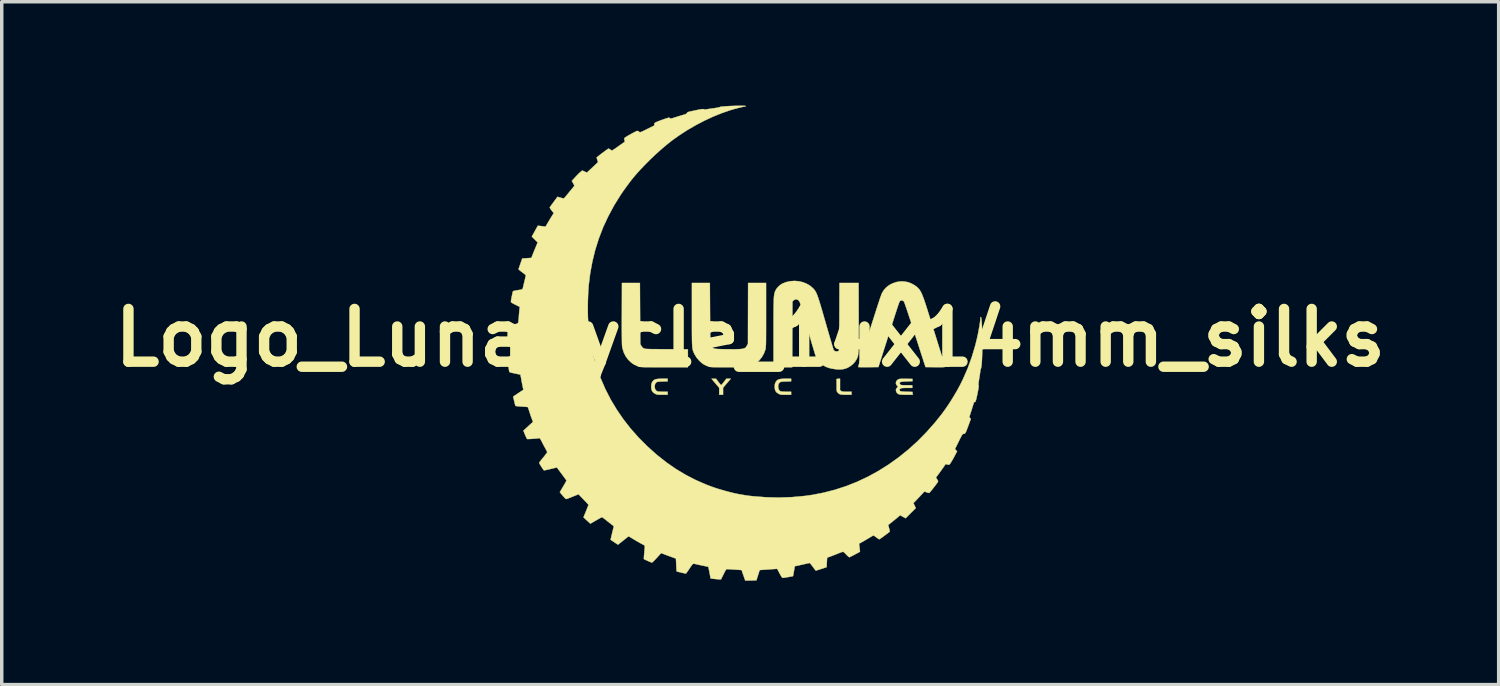
<source format=kicad_pcb>
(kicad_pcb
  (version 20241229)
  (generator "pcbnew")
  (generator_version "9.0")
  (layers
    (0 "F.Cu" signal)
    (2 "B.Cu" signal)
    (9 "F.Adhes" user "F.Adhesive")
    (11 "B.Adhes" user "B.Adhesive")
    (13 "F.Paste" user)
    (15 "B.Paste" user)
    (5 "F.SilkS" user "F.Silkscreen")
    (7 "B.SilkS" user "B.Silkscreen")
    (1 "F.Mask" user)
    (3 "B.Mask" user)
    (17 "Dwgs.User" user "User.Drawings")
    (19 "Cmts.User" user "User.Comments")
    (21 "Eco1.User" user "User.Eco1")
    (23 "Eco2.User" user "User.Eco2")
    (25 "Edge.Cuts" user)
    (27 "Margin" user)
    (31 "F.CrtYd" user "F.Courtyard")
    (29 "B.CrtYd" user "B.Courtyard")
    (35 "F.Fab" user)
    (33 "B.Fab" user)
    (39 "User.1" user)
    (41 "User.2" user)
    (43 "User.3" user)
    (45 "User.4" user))
  (footprint "Logo_LunaCycle_14x14mm_silks"
    (layer "F.Cu")
    (at 18.622 6.709)
    (property "Reference" "Logo_LunaCycle_14x14mm_silks" (at 0 0 0) (layer "F.SilkS") (effects (font (size 1.524 1.524) (thickness 0.3))))
    (attr through_hole)
    (fp_poly (pts (xy -0.609 1.237) (xy -0.64 1.274) (xy -0.678 1.318) (xy -0.715 1.361) (xy -0.72 1.367) (xy -0.784 1.441) (xy -0.784 1.543) (xy -0.784 1.645) (xy -0.895 1.645) (xy -0.895 1.444) (xy -0.975 1.35) (xy -1.011 1.308) (xy -1.045 1.267) (xy -1.073 1.235) (xy -1.086 1.219) (xy -1.117 1.182) (xy -0.988 1.183) (xy -0.917 1.276) (xy -0.887 1.314) (xy -0.862 1.344) (xy -0.845 1.364) (xy -0.839 1.369) (xy -0.831 1.36) (xy -0.812 1.338) (xy -0.785 1.306) (xy -0.762 1.276) (xy -0.69 1.183) (xy -0.626 1.182) (xy -0.561 1.182) (xy -0.609 1.237)) (stroke (width 0.01) (type solid)) (fill yes) (layer "F.SilkS"))
    (fp_poly (pts (xy 2.595 1.511) (xy 2.624 1.534) (xy 2.639 1.544) (xy 2.656 1.551) (xy 2.681 1.554) (xy 2.718 1.556) (xy 2.771 1.557) (xy 2.79 1.557) (xy 2.927 1.557) (xy 2.927 1.645) (xy 2.775 1.645) (xy 2.695 1.643) (xy 2.636 1.639) (xy 2.598 1.632) (xy 2.588 1.629) (xy 2.558 1.61) (xy 2.528 1.583) (xy 2.525 1.579) (xy 2.514 1.565) (xy 2.506 1.552) (xy 2.501 1.534) (xy 2.498 1.509) (xy 2.496 1.473) (xy 2.496 1.421) (xy 2.496 1.374) (xy 2.496 1.315) (xy 2.495 1.263) (xy 2.494 1.224) (xy 2.494 1.2) (xy 2.493 1.195) (xy 2.501 1.19) (xy 2.525 1.185) (xy 2.543 1.184) (xy 2.595 1.18) (xy 2.595 1.511)) (stroke (width 0.01) (type solid)) (fill yes) (layer "F.SilkS"))
    (fp_poly (pts (xy 1.182 1.257) (xy 1.035 1.261) (xy 0.972 1.263) (xy 0.926 1.266) (xy 0.894 1.271) (xy 0.873 1.278) (xy 0.859 1.285) (xy 0.83 1.316) (xy 0.812 1.36) (xy 0.807 1.408) (xy 0.813 1.457) (xy 0.829 1.501) (xy 0.857 1.534) (xy 0.879 1.546) (xy 0.9 1.551) (xy 0.939 1.554) (xy 0.989 1.556) (xy 1.044 1.557) (xy 1.182 1.557) (xy 1.182 1.645) (xy 1.03 1.645) (xy 0.968 1.645) (xy 0.923 1.644) (xy 0.891 1.641) (xy 0.866 1.635) (xy 0.843 1.627) (xy 0.818 1.615) (xy 0.767 1.581) (xy 0.732 1.538) (xy 0.713 1.483) (xy 0.707 1.413) (xy 0.707 1.411) (xy 0.711 1.35) (xy 0.724 1.303) (xy 0.728 1.294) (xy 0.751 1.256) (xy 0.777 1.227) (xy 0.811 1.206) (xy 0.855 1.193) (xy 0.913 1.185) (xy 0.987 1.182) (xy 1.027 1.182) (xy 1.182 1.182) (xy 1.182 1.257)) (stroke (width 0.01) (type solid)) (fill yes) (layer "F.SilkS"))
    (fp_poly (pts (xy -2.385 1.257) (xy -2.532 1.261) (xy -2.595 1.263) (xy -2.641 1.266) (xy -2.673 1.271) (xy -2.695 1.278) (xy -2.708 1.285) (xy -2.738 1.317) (xy -2.755 1.361) (xy -2.76 1.411) (xy -2.753 1.461) (xy -2.734 1.504) (xy -2.703 1.536) (xy -2.696 1.54) (xy -2.674 1.548) (xy -2.641 1.553) (xy -2.595 1.556) (xy -2.531 1.557) (xy -2.524 1.557) (xy -2.385 1.557) (xy -2.385 1.645) (xy -2.537 1.645) (xy -2.599 1.645) (xy -2.644 1.644) (xy -2.676 1.641) (xy -2.701 1.635) (xy -2.724 1.627) (xy -2.749 1.615) (xy -2.8 1.581) (xy -2.835 1.538) (xy -2.854 1.483) (xy -2.86 1.413) (xy -2.86 1.411) (xy -2.856 1.35) (xy -2.844 1.303) (xy -2.839 1.294) (xy -2.816 1.256) (xy -2.79 1.227) (xy -2.756 1.206) (xy -2.712 1.193) (xy -2.655 1.185) (xy -2.58 1.182) (xy -2.54 1.182) (xy -2.385 1.182) (xy -2.385 1.257)) (stroke (width 0.01) (type solid)) (fill yes) (layer "F.SilkS"))
    (fp_poly (pts (xy -3.181 -0.701) (xy -3.175 0.182) (xy -3.147 0.232) (xy -3.109 0.281) (xy -3.076 0.304) (xy -3.065 0.308) (xy -3.054 0.312) (xy -3.039 0.316) (xy -3.02 0.319) (xy -2.993 0.321) (xy -2.958 0.323) (xy -2.913 0.324) (xy -2.856 0.326) (xy -2.784 0.327) (xy -2.696 0.327) (xy -2.591 0.328) (xy -2.466 0.329) (xy -2.416 0.329) (xy -1.8 0.332) (xy -1.8 0.85) (xy -2.482 0.85) (xy -2.622 0.85) (xy -2.741 0.85) (xy -2.842 0.85) (xy -2.926 0.849) (xy -2.995 0.849) (xy -3.051 0.848) (xy -3.096 0.846) (xy -3.132 0.845) (xy -3.159 0.842) (xy -3.181 0.84) (xy -3.198 0.836) (xy -3.214 0.832) (xy -3.228 0.828) (xy -3.236 0.825) (xy -3.346 0.776) (xy -3.444 0.709) (xy -3.529 0.627) (xy -3.6 0.529) (xy -3.654 0.42) (xy -3.691 0.299) (xy -3.699 0.254) (xy -3.702 0.226) (xy -3.704 0.177) (xy -3.706 0.106) (xy -3.707 0.013) (xy -3.708 -0.102) (xy -3.709 -0.239) (xy -3.709 -0.397) (xy -3.709 -0.578) (xy -3.708 -0.701) (xy -3.705 -1.585) (xy -3.186 -1.585) (xy -3.181 -0.701)) (stroke (width 0.01) (type solid)) (fill yes) (layer "F.SilkS"))
    (fp_poly (pts (xy 4.455 1.183) (xy 4.502 1.184) (xy 4.688 1.187) (xy 4.688 1.253) (xy 4.521 1.259) (xy 4.448 1.262) (xy 4.395 1.266) (xy 4.358 1.272) (xy 4.335 1.281) (xy 4.322 1.294) (xy 4.318 1.31) (xy 4.318 1.314) (xy 4.326 1.336) (xy 4.338 1.351) (xy 4.35 1.358) (xy 4.367 1.364) (xy 4.395 1.367) (xy 4.437 1.369) (xy 4.495 1.369) (xy 4.52 1.369) (xy 4.682 1.369) (xy 4.682 1.447) (xy 4.525 1.447) (xy 4.45 1.448) (xy 4.395 1.451) (xy 4.356 1.458) (xy 4.333 1.469) (xy 4.321 1.483) (xy 4.318 1.5) (xy 4.32 1.518) (xy 4.326 1.532) (xy 4.34 1.541) (xy 4.365 1.548) (xy 4.403 1.552) (xy 4.458 1.555) (xy 4.514 1.557) (xy 4.688 1.563) (xy 4.691 1.604) (xy 4.695 1.645) (xy 4.509 1.645) (xy 4.425 1.643) (xy 4.362 1.64) (xy 4.317 1.636) (xy 4.291 1.629) (xy 4.29 1.629) (xy 4.245 1.6) (xy 4.219 1.559) (xy 4.211 1.527) (xy 4.21 1.497) (xy 4.217 1.473) (xy 4.238 1.446) (xy 4.241 1.443) (xy 4.261 1.418) (xy 4.267 1.404) (xy 4.261 1.397) (xy 4.258 1.396) (xy 4.238 1.379) (xy 4.22 1.35) (xy 4.209 1.317) (xy 4.208 1.303) (xy 4.218 1.261) (xy 4.244 1.224) (xy 4.278 1.199) (xy 4.297 1.192) (xy 4.32 1.188) (xy 4.351 1.185) (xy 4.395 1.183) (xy 4.455 1.183)) (stroke (width 0.01) (type solid)) (fill yes) (layer "F.SilkS"))
    (fp_poly (pts (xy -1.16 -0.701) (xy -1.159 -0.538) (xy -1.158 -0.396) (xy -1.157 -0.273) (xy -1.156 -0.167) (xy -1.155 -0.078) (xy -1.153 -0.003) (xy -1.151 0.058) (xy -1.149 0.108) (xy -1.146 0.148) (xy -1.142 0.179) (xy -1.138 0.203) (xy -1.132 0.221) (xy -1.126 0.235) (xy -1.119 0.247) (xy -1.11 0.257) (xy -1.1 0.267) (xy -1.093 0.274) (xy -1.08 0.287) (xy -1.065 0.298) (xy -1.047 0.307) (xy -1.024 0.314) (xy -0.992 0.319) (xy -0.949 0.322) (xy -0.894 0.325) (xy -0.823 0.327) (xy -0.735 0.328) (xy -0.656 0.329) (xy -0.536 0.33) (xy -0.436 0.33) (xy -0.354 0.328) (xy -0.287 0.325) (xy -0.235 0.319) (xy -0.194 0.311) (xy -0.162 0.299) (xy -0.138 0.284) (xy -0.119 0.265) (xy -0.103 0.241) (xy -0.091 0.219) (xy -0.065 0.168) (xy -0.063 -0.708) (xy -0.061 -1.585) (xy 0.458 -1.585) (xy 0.458 -0.657) (xy 0.458 -0.492) (xy 0.458 -0.347) (xy 0.458 -0.221) (xy 0.458 -0.113) (xy 0.457 -0.021) (xy 0.457 0.057) (xy 0.456 0.121) (xy 0.455 0.174) (xy 0.453 0.217) (xy 0.451 0.251) (xy 0.449 0.278) (xy 0.447 0.3) (xy 0.444 0.317) (xy 0.441 0.332) (xy 0.438 0.342) (xy 0.395 0.457) (xy 0.334 0.562) (xy 0.258 0.654) (xy 0.169 0.732) (xy 0.069 0.793) (xy -0.032 0.833) (xy -0.049 0.837) (xy -0.07 0.84) (xy -0.096 0.843) (xy -0.13 0.845) (xy -0.175 0.847) (xy -0.231 0.848) (xy -0.301 0.849) (xy -0.387 0.85) (xy -0.492 0.85) (xy -0.616 0.85) (xy -0.618 0.85) (xy -0.739 0.85) (xy -0.84 0.85) (xy -0.924 0.85) (xy -0.991 0.849) (xy -1.045 0.848) (xy -1.088 0.847) (xy -1.121 0.845) (xy -1.147 0.842) (xy -1.167 0.839) (xy -1.185 0.834) (xy -1.201 0.829) (xy -1.217 0.824) (xy -1.294 0.793) (xy -1.359 0.756) (xy -1.42 0.71) (xy -1.474 0.658) (xy -1.548 0.573) (xy -1.599 0.49) (xy -1.613 0.462) (xy -1.626 0.437) (xy -1.637 0.413) (xy -1.647 0.389) (xy -1.655 0.363) (xy -1.662 0.334) (xy -1.668 0.301) (xy -1.673 0.26) (xy -1.676 0.212) (xy -1.679 0.155) (xy -1.681 0.086) (xy -1.682 0.005) (xy -1.683 -0.091) (xy -1.684 -0.202) (xy -1.684 -0.33) (xy -1.684 -0.477) (xy -1.684 -0.645) (xy -1.684 -1.585) (xy -1.165 -1.585) (xy -1.16 -0.701)) (stroke (width 0.01) (type solid)) (fill yes) (layer "F.SilkS"))
    (fp_poly (pts (xy 4.546 -1.61) (xy 4.564 -1.605) (xy 4.647 -1.574) (xy 4.728 -1.532) (xy 4.801 -1.482) (xy 4.852 -1.436) (xy 4.874 -1.411) (xy 4.894 -1.385) (xy 4.913 -1.356) (xy 4.932 -1.323) (xy 4.952 -1.283) (xy 4.972 -1.236) (xy 4.995 -1.178) (xy 5.02 -1.11) (xy 5.048 -1.028) (xy 5.08 -0.931) (xy 5.116 -0.818) (xy 5.157 -0.686) (xy 5.191 -0.58) (xy 5.231 -0.452) (xy 5.273 -0.317) (xy 5.316 -0.18) (xy 5.359 -0.043) (xy 5.4 0.089) (xy 5.438 0.212) (xy 5.473 0.322) (xy 5.503 0.416) (xy 5.506 0.428) (xy 5.535 0.518) (xy 5.561 0.602) (xy 5.584 0.677) (xy 5.603 0.74) (xy 5.618 0.79) (xy 5.628 0.824) (xy 5.632 0.839) (xy 5.632 0.84) (xy 5.621 0.843) (xy 5.59 0.846) (xy 5.538 0.848) (xy 5.468 0.848) (xy 5.38 0.848) (xy 5.348 0.848) (xy 5.065 0.845) (xy 5.012 0.685) (xy 5 0.647) (xy 4.982 0.591) (xy 4.958 0.518) (xy 4.93 0.431) (xy 4.898 0.33) (xy 4.862 0.22) (xy 4.824 0.101) (xy 4.783 -0.024) (xy 4.742 -0.153) (xy 4.711 -0.248) (xy 4.67 -0.375) (xy 4.631 -0.495) (xy 4.593 -0.609) (xy 4.559 -0.713) (xy 4.528 -0.806) (xy 4.5 -0.887) (xy 4.477 -0.953) (xy 4.459 -1.004) (xy 4.447 -1.036) (xy 4.441 -1.049) (xy 4.41 -1.073) (xy 4.382 -1.08) (xy 4.351 -1.079) (xy 4.331 -1.065) (xy 4.321 -1.052) (xy 4.317 -1.046) (xy 4.312 -1.038) (xy 4.307 -1.026) (xy 4.3 -1.009) (xy 4.292 -0.986) (xy 4.281 -0.957) (xy 4.269 -0.919) (xy 4.253 -0.873) (xy 4.235 -0.817) (xy 4.213 -0.749) (xy 4.187 -0.67) (xy 4.157 -0.577) (xy 4.123 -0.47) (xy 4.084 -0.348) (xy 4.039 -0.209) (xy 3.989 -0.052) (xy 3.934 0.123) (xy 3.872 0.317) (xy 3.85 0.387) (xy 3.704 0.845) (xy 3.417 0.848) (xy 3.339 0.848) (xy 3.269 0.848) (xy 3.209 0.848) (xy 3.163 0.847) (xy 3.133 0.846) (xy 3.123 0.844) (xy 3.123 0.832) (xy 3.13 0.803) (xy 3.141 0.764) (xy 3.148 0.742) (xy 3.157 0.713) (xy 3.172 0.665) (xy 3.193 0.601) (xy 3.218 0.523) (xy 3.246 0.434) (xy 3.278 0.335) (xy 3.311 0.229) (xy 3.347 0.119) (xy 3.362 0.072) (xy 3.423 -0.121) (xy 3.478 -0.295) (xy 3.527 -0.449) (xy 3.571 -0.586) (xy 3.61 -0.707) (xy 3.643 -0.812) (xy 3.673 -0.904) (xy 3.698 -0.982) (xy 3.72 -1.049) (xy 3.739 -1.105) (xy 3.754 -1.151) (xy 3.767 -1.189) (xy 3.779 -1.22) (xy 3.788 -1.245) (xy 3.796 -1.266) (xy 3.803 -1.282) (xy 3.81 -1.297) (xy 3.811 -1.298) (xy 3.865 -1.386) (xy 3.936 -1.462) (xy 4.021 -1.526) (xy 4.117 -1.575) (xy 4.22 -1.61) (xy 4.328 -1.628) (xy 4.438 -1.628) (xy 4.546 -1.61)) (stroke (width 0.01) (type solid)) (fill yes) (layer "F.SilkS"))
    (fp_poly (pts (xy 1.403 -1.634) (xy 1.52 -1.607) (xy 1.629 -1.564) (xy 1.729 -1.505) (xy 1.805 -1.44) (xy 1.827 -1.418) (xy 1.847 -1.396) (xy 1.865 -1.373) (xy 1.882 -1.348) (xy 1.899 -1.318) (xy 1.916 -1.282) (xy 1.934 -1.24) (xy 1.953 -1.188) (xy 1.974 -1.126) (xy 1.998 -1.052) (xy 2.025 -0.965) (xy 2.055 -0.863) (xy 2.09 -0.744) (xy 2.129 -0.608) (xy 2.174 -0.452) (xy 2.182 -0.425) (xy 2.218 -0.299) (xy 2.252 -0.18) (xy 2.285 -0.068) (xy 2.315 0.035) (xy 2.342 0.127) (xy 2.365 0.205) (xy 2.384 0.269) (xy 2.399 0.317) (xy 2.408 0.346) (xy 2.412 0.356) (xy 2.437 0.379) (xy 2.473 0.391) (xy 2.513 0.393) (xy 2.547 0.383) (xy 2.561 0.371) (xy 2.564 0.359) (xy 2.566 0.327) (xy 2.568 0.277) (xy 2.569 0.207) (xy 2.571 0.116) (xy 2.572 0.006) (xy 2.573 -0.126) (xy 2.574 -0.278) (xy 2.575 -0.452) (xy 2.576 -0.614) (xy 2.579 -1.585) (xy 3.131 -1.585) (xy 3.134 -0.591) (xy 3.134 -0.412) (xy 3.135 -0.254) (xy 3.135 -0.116) (xy 3.135 0.005) (xy 3.134 0.11) (xy 3.134 0.199) (xy 3.132 0.276) (xy 3.13 0.34) (xy 3.128 0.394) (xy 3.124 0.439) (xy 3.12 0.476) (xy 3.115 0.506) (xy 3.109 0.533) (xy 3.102 0.555) (xy 3.094 0.576) (xy 3.084 0.597) (xy 3.074 0.619) (xy 3.07 0.626) (xy 3.022 0.7) (xy 2.957 0.768) (xy 2.88 0.827) (xy 2.797 0.873) (xy 2.716 0.899) (xy 2.649 0.911) (xy 2.58 0.915) (xy 2.503 0.911) (xy 2.413 0.899) (xy 2.328 0.883) (xy 2.256 0.864) (xy 2.192 0.839) (xy 2.136 0.811) (xy 2.078 0.772) (xy 2.019 0.719) (xy 1.966 0.66) (xy 1.924 0.601) (xy 1.909 0.573) (xy 1.9 0.55) (xy 1.885 0.508) (xy 1.867 0.45) (xy 1.845 0.378) (xy 1.82 0.295) (xy 1.792 0.204) (xy 1.764 0.107) (xy 1.751 0.061) (xy 1.699 -0.12) (xy 1.653 -0.28) (xy 1.612 -0.422) (xy 1.576 -0.546) (xy 1.545 -0.653) (xy 1.518 -0.745) (xy 1.496 -0.822) (xy 1.477 -0.886) (xy 1.461 -0.938) (xy 1.448 -0.979) (xy 1.438 -1.01) (xy 1.43 -1.032) (xy 1.424 -1.047) (xy 1.419 -1.056) (xy 1.419 -1.056) (xy 1.384 -1.093) (xy 1.343 -1.111) (xy 1.3 -1.109) (xy 1.259 -1.087) (xy 1.247 -1.076) (xy 1.22 -1.047) (xy 1.214 0.85) (xy 0.674 0.85) (xy 0.674 -0.132) (xy 0.674 -0.312) (xy 0.674 -0.472) (xy 0.674 -0.613) (xy 0.675 -0.736) (xy 0.676 -0.842) (xy 0.677 -0.934) (xy 0.679 -1.012) (xy 0.681 -1.078) (xy 0.683 -1.133) (xy 0.686 -1.18) (xy 0.69 -1.218) (xy 0.695 -1.251) (xy 0.7 -1.278) (xy 0.706 -1.302) (xy 0.712 -1.324) (xy 0.72 -1.344) (xy 0.751 -1.404) (xy 0.798 -1.464) (xy 0.856 -1.518) (xy 0.918 -1.561) (xy 0.931 -1.568) (xy 1.044 -1.611) (xy 1.162 -1.636) (xy 1.283 -1.644) (xy 1.403 -1.634)) (stroke (width 0.01) (type solid)) (fill yes) (layer "F.SilkS"))
    (fp_poly (pts (xy -0.22 -6.703) (xy -0.173 -6.702) (xy -0.141 -6.699) (xy -0.127 -6.694) (xy -0.127 -6.692) (xy -0.142 -6.684) (xy -0.16 -6.681) (xy -0.181 -6.678) (xy -0.22 -6.67) (xy -0.273 -6.658) (xy -0.334 -6.643) (xy -0.401 -6.625) (xy -0.469 -6.607) (xy -0.534 -6.588) (xy -0.585 -6.573) (xy -0.825 -6.49) (xy -1.071 -6.39) (xy -1.32 -6.275) (xy -1.567 -6.146) (xy -1.809 -6.006) (xy -2.041 -5.856) (xy -2.247 -5.71) (xy -2.398 -5.591) (xy -2.556 -5.458) (xy -2.718 -5.313) (xy -2.879 -5.161) (xy -3.035 -5.005) (xy -3.183 -4.849) (xy -3.318 -4.698) (xy -3.368 -4.638) (xy -3.419 -4.575) (xy -3.478 -4.499) (xy -3.541 -4.414) (xy -3.606 -4.326) (xy -3.668 -4.239) (xy -3.723 -4.159) (xy -3.748 -4.121) (xy -3.936 -3.818) (xy -4.102 -3.509) (xy -4.248 -3.195) (xy -4.372 -2.873) (xy -4.476 -2.544) (xy -4.559 -2.207) (xy -4.623 -1.862) (xy -4.666 -1.513) (xy -4.674 -1.409) (xy -4.681 -1.288) (xy -4.686 -1.157) (xy -4.69 -1.019) (xy -4.691 -0.882) (xy -4.691 -0.749) (xy -4.689 -0.626) (xy -4.684 -0.52) (xy -4.683 -0.503) (xy -4.664 -0.258) (xy -4.634 -0.017) (xy -4.599 0.199) (xy -4.527 0.53) (xy -4.434 0.853) (xy -4.32 1.17) (xy -4.186 1.478) (xy -4.033 1.777) (xy -3.859 2.068) (xy -3.666 2.35) (xy -3.454 2.622) (xy -3.222 2.883) (xy -2.972 3.134) (xy -2.704 3.374) (xy -2.678 3.396) (xy -2.413 3.604) (xy -2.141 3.792) (xy -1.861 3.96) (xy -1.572 4.109) (xy -1.273 4.239) (xy -1.115 4.299) (xy -1.003 4.338) (xy -0.879 4.377) (xy -0.748 4.415) (xy -0.617 4.45) (xy -0.491 4.482) (xy -0.376 4.507) (xy -0.298 4.522) (xy -0.221 4.535) (xy -0.161 4.545) (xy -0.112 4.553) (xy -0.068 4.559) (xy -0.025 4.565) (xy 0.022 4.57) (xy 0.08 4.577) (xy 0.083 4.577) (xy 0.46 4.606) (xy 0.834 4.615) (xy 1.204 4.602) (xy 1.568 4.569) (xy 1.779 4.54) (xy 2.116 4.475) (xy 2.447 4.39) (xy 2.773 4.284) (xy 3.091 4.158) (xy 3.403 4.011) (xy 3.707 3.844) (xy 4.002 3.658) (xy 4.289 3.453) (xy 4.566 3.23) (xy 4.834 2.988) (xy 5.09 2.727) (xy 5.336 2.45) (xy 5.529 2.209) (xy 5.64 2.057) (xy 5.753 1.891) (xy 5.863 1.716) (xy 5.968 1.538) (xy 6.063 1.364) (xy 6.142 1.205) (xy 6.283 0.882) (xy 6.404 0.549) (xy 6.505 0.208) (xy 6.553 0.011) (xy 6.572 -0.074) (xy 6.59 -0.163) (xy 6.606 -0.251) (xy 6.621 -0.334) (xy 6.633 -0.41) (xy 6.642 -0.474) (xy 6.647 -0.523) (xy 6.648 -0.545) (xy 6.651 -0.579) (xy 6.657 -0.598) (xy 6.665 -0.601) (xy 6.672 -0.584) (xy 6.675 -0.572) (xy 6.682 -0.512) (xy 6.689 -0.437) (xy 6.694 -0.349) (xy 6.698 -0.25) (xy 6.702 -0.144) (xy 6.704 -0.032) (xy 6.705 0.083) (xy 6.705 0.199) (xy 6.704 0.314) (xy 6.702 0.425) (xy 6.699 0.53) (xy 6.695 0.626) (xy 6.69 0.711) (xy 6.684 0.783) (xy 6.677 0.839) (xy 6.669 0.877) (xy 6.664 0.891) (xy 6.652 0.92) (xy 6.648 0.952) (xy 6.646 0.975) (xy 6.64 1.015) (xy 6.633 1.068) (xy 6.623 1.129) (xy 6.616 1.171) (xy 6.605 1.244) (xy 6.597 1.299) (xy 6.594 1.337) (xy 6.594 1.361) (xy 6.598 1.372) (xy 6.601 1.385) (xy 6.6 1.409) (xy 6.596 1.446) (xy 6.587 1.499) (xy 6.573 1.57) (xy 6.568 1.596) (xy 6.551 1.678) (xy 6.537 1.74) (xy 6.526 1.786) (xy 6.517 1.818) (xy 6.509 1.838) (xy 6.501 1.85) (xy 6.492 1.854) (xy 6.484 1.855) (xy 6.465 1.864) (xy 6.455 1.888) (xy 6.449 1.91) (xy 6.438 1.948) (xy 6.422 1.998) (xy 6.404 2.057) (xy 6.388 2.106) (xy 6.329 2.291) (xy 6.374 2.339) (xy 6.317 2.498) (xy 6.286 2.58) (xy 6.262 2.644) (xy 6.243 2.692) (xy 6.228 2.726) (xy 6.214 2.749) (xy 6.202 2.763) (xy 6.19 2.77) (xy 6.176 2.773) (xy 6.169 2.774) (xy 6.157 2.776) (xy 6.146 2.779) (xy 6.135 2.788) (xy 6.123 2.803) (xy 6.107 2.828) (xy 6.088 2.866) (xy 6.061 2.917) (xy 6.027 2.986) (xy 6.023 2.995) (xy 5.915 3.213) (xy 5.946 3.246) (xy 5.977 3.278) (xy 5.916 3.393) (xy 5.866 3.487) (xy 5.824 3.56) (xy 5.791 3.614) (xy 5.765 3.649) (xy 5.748 3.665) (xy 5.744 3.666) (xy 5.721 3.664) (xy 5.69 3.658) (xy 5.686 3.657) (xy 5.645 3.647) (xy 5.592 3.726) (xy 5.563 3.767) (xy 5.526 3.818) (xy 5.486 3.874) (xy 5.453 3.92) (xy 5.367 4.035) (xy 5.387 4.069) (xy 5.406 4.099) (xy 5.422 4.126) (xy 5.422 4.126) (xy 5.427 4.136) (xy 5.427 4.147) (xy 5.421 4.162) (xy 5.407 4.185) (xy 5.384 4.217) (xy 5.351 4.261) (xy 5.312 4.312) (xy 5.271 4.364) (xy 5.234 4.41) (xy 5.204 4.446) (xy 5.182 4.471) (xy 5.171 4.481) (xy 5.154 4.48) (xy 5.123 4.472) (xy 5.095 4.463) (xy 5.034 4.439) (xy 4.927 4.553) (xy 4.883 4.6) (xy 4.839 4.646) (xy 4.8 4.687) (xy 4.771 4.718) (xy 4.768 4.72) (xy 4.715 4.774) (xy 4.783 4.919) (xy 4.636 5.065) (xy 4.49 5.212) (xy 4.411 5.169) (xy 4.331 5.126) (xy 4.272 5.177) (xy 4.239 5.204) (xy 4.195 5.24) (xy 4.146 5.28) (xy 4.103 5.315) (xy 4.061 5.348) (xy 4.026 5.376) (xy 4.001 5.396) (xy 3.989 5.406) (xy 3.989 5.406) (xy 3.99 5.417) (xy 3.997 5.444) (xy 4.007 5.483) (xy 4.012 5.502) (xy 4.025 5.551) (xy 4.03 5.583) (xy 4.029 5.601) (xy 4.025 5.606) (xy 3.952 5.661) (xy 3.886 5.71) (xy 3.83 5.752) (xy 3.784 5.785) (xy 3.751 5.808) (xy 3.732 5.819) (xy 3.73 5.82) (xy 3.716 5.814) (xy 3.69 5.797) (xy 3.656 5.774) (xy 3.644 5.765) (xy 3.609 5.739) (xy 3.58 5.72) (xy 3.562 5.71) (xy 3.56 5.709) (xy 3.547 5.715) (xy 3.52 5.73) (xy 3.481 5.753) (xy 3.434 5.78) (xy 3.418 5.79) (xy 3.362 5.824) (xy 3.306 5.857) (xy 3.256 5.886) (xy 3.218 5.907) (xy 3.215 5.909) (xy 3.145 5.947) (xy 3.152 6.002) (xy 3.157 6.048) (xy 3.163 6.098) (xy 3.165 6.118) (xy 3.172 6.179) (xy 3.024 6.259) (xy 2.971 6.287) (xy 2.925 6.31) (xy 2.889 6.328) (xy 2.867 6.338) (xy 2.862 6.339) (xy 2.849 6.331) (xy 2.825 6.311) (xy 2.795 6.282) (xy 2.78 6.266) (xy 2.747 6.233) (xy 2.718 6.205) (xy 2.698 6.187) (xy 2.693 6.184) (xy 2.676 6.182) (xy 2.645 6.19) (xy 2.597 6.207) (xy 2.56 6.222) (xy 2.498 6.247) (xy 2.427 6.275) (xy 2.36 6.301) (xy 2.334 6.31) (xy 2.222 6.352) (xy 2.214 6.489) (xy 2.207 6.626) (xy 2.054 6.676) (xy 1.999 6.693) (xy 1.953 6.708) (xy 1.918 6.719) (xy 1.898 6.725) (xy 1.895 6.725) (xy 1.887 6.717) (xy 1.869 6.694) (xy 1.843 6.66) (xy 1.812 6.618) (xy 1.81 6.615) (xy 1.778 6.573) (xy 1.75 6.538) (xy 1.729 6.514) (xy 1.717 6.505) (xy 1.716 6.505) (xy 1.701 6.507) (xy 1.668 6.514) (xy 1.624 6.524) (xy 1.571 6.536) (xy 1.566 6.537) (xy 1.506 6.551) (xy 1.446 6.565) (xy 1.393 6.577) (xy 1.359 6.584) (xy 1.287 6.599) (xy 1.264 6.739) (xy 1.255 6.792) (xy 1.247 6.837) (xy 1.24 6.869) (xy 1.236 6.884) (xy 1.236 6.884) (xy 1.224 6.888) (xy 1.195 6.894) (xy 1.154 6.901) (xy 1.106 6.91) (xy 1.056 6.918) (xy 1.009 6.926) (xy 0.97 6.932) (xy 0.943 6.935) (xy 0.937 6.935) (xy 0.922 6.925) (xy 0.9 6.895) (xy 0.871 6.845) (xy 0.849 6.806) (xy 0.824 6.758) (xy 0.803 6.717) (xy 0.787 6.689) (xy 0.78 6.675) (xy 0.78 6.674) (xy 0.769 6.674) (xy 0.739 6.676) (xy 0.694 6.679) (xy 0.635 6.683) (xy 0.567 6.688) (xy 0.526 6.691) (xy 0.274 6.709) (xy 0.226 6.858) (xy 0.179 7.007) (xy -0.142 7.013) (xy -0.159 6.966) (xy -0.171 6.934) (xy -0.186 6.889) (xy -0.204 6.839) (xy -0.213 6.814) (xy -0.248 6.709) (xy -0.436 6.696) (xy -0.501 6.692) (xy -0.561 6.688) (xy -0.611 6.685) (xy -0.646 6.683) (xy -0.66 6.682) (xy -0.674 6.683) (xy -0.686 6.686) (xy -0.697 6.696) (xy -0.711 6.716) (xy -0.728 6.747) (xy -0.752 6.794) (xy -0.77 6.83) (xy -0.844 6.979) (xy -0.883 6.979) (xy -0.911 6.977) (xy -0.954 6.973) (xy -1.004 6.968) (xy -1.033 6.965) (xy -1.143 6.952) (xy -1.175 6.786) (xy -1.186 6.729) (xy -1.196 6.679) (xy -1.204 6.642) (xy -1.209 6.62) (xy -1.21 6.616) (xy -1.222 6.613) (xy -1.251 6.606) (xy -1.294 6.597) (xy -1.347 6.586) (xy -1.368 6.581) (xy -1.43 6.569) (xy -1.49 6.556) (xy -1.541 6.545) (xy -1.579 6.536) (xy -1.584 6.535) (xy -1.608 6.529) (xy -1.628 6.526) (xy -1.644 6.528) (xy -1.661 6.539) (xy -1.68 6.559) (xy -1.704 6.592) (xy -1.736 6.639) (xy -1.766 6.684) (xy -1.797 6.729) (xy -1.824 6.767) (xy -1.844 6.795) (xy -1.855 6.808) (xy -1.856 6.809) (xy -1.869 6.808) (xy -1.898 6.803) (xy -1.938 6.794) (xy -1.984 6.784) (xy -2.031 6.772) (xy -2.073 6.762) (xy -2.106 6.752) (xy -2.125 6.746) (xy -2.127 6.745) (xy -2.128 6.733) (xy -2.13 6.704) (xy -2.132 6.659) (xy -2.135 6.604) (xy -2.137 6.56) (xy -2.139 6.499) (xy -2.142 6.447) (xy -2.144 6.407) (xy -2.146 6.383) (xy -2.146 6.377) (xy -2.157 6.373) (xy -2.184 6.363) (xy -2.225 6.348) (xy -2.276 6.33) (xy -2.303 6.32) (xy -2.363 6.298) (xy -2.421 6.277) (xy -2.471 6.258) (xy -2.507 6.244) (xy -2.514 6.241) (xy -2.572 6.218) (xy -2.697 6.355) (xy -2.739 6.4) (xy -2.778 6.44) (xy -2.809 6.47) (xy -2.831 6.488) (xy -2.839 6.493) (xy -2.855 6.488) (xy -2.884 6.477) (xy -2.924 6.461) (xy -2.966 6.442) (xy -3.008 6.423) (xy -3.043 6.406) (xy -3.066 6.393) (xy -3.071 6.39) (xy -3.072 6.378) (xy -3.07 6.347) (xy -3.068 6.302) (xy -3.063 6.246) (xy -3.059 6.195) (xy -3.052 6.126) (xy -3.048 6.076) (xy -3.046 6.042) (xy -3.047 6.019) (xy -3.05 6.006) (xy -3.055 5.998) (xy -3.063 5.992) (xy -3.064 5.991) (xy -3.084 5.98) (xy -3.117 5.962) (xy -3.158 5.94) (xy -3.175 5.93) (xy -3.221 5.905) (xy -3.277 5.873) (xy -3.338 5.837) (xy -3.388 5.807) (xy -3.512 5.732) (xy -3.666 5.854) (xy -3.82 5.976) (xy -3.923 5.907) (xy -3.964 5.879) (xy -3.999 5.856) (xy -4.022 5.84) (xy -4.031 5.834) (xy -4.03 5.823) (xy -4.024 5.793) (xy -4.014 5.749) (xy -4.001 5.694) (xy -3.987 5.636) (xy -3.939 5.442) (xy -3.971 5.418) (xy -3.99 5.403) (xy -4.023 5.377) (xy -4.066 5.344) (xy -4.114 5.306) (xy -4.138 5.287) (xy -4.184 5.25) (xy -4.225 5.219) (xy -4.257 5.195) (xy -4.276 5.182) (xy -4.281 5.179) (xy -4.292 5.185) (xy -4.32 5.199) (xy -4.36 5.221) (xy -4.409 5.249) (xy -4.453 5.274) (xy -4.617 5.369) (xy -4.716 5.278) (xy -4.754 5.243) (xy -4.785 5.214) (xy -4.807 5.194) (xy -4.815 5.185) (xy -4.815 5.185) (xy -4.811 5.174) (xy -4.8 5.147) (xy -4.783 5.105) (xy -4.762 5.054) (xy -4.743 5.007) (xy -4.72 4.949) (xy -4.699 4.898) (xy -4.684 4.859) (xy -4.674 4.833) (xy -4.671 4.825) (xy -4.679 4.815) (xy -4.699 4.792) (xy -4.73 4.758) (xy -4.769 4.717) (xy -4.815 4.669) (xy -4.816 4.668) (xy -4.96 4.519) (xy -5.12 4.584) (xy -5.177 4.607) (xy -5.228 4.627) (xy -5.27 4.643) (xy -5.297 4.653) (xy -5.305 4.655) (xy -5.318 4.656) (xy -5.333 4.648) (xy -5.353 4.631) (xy -5.381 4.6) (xy -5.415 4.561) (xy -5.5 4.46) (xy -5.47 4.408) (xy -5.452 4.378) (xy -5.426 4.334) (xy -5.396 4.284) (xy -5.371 4.241) (xy -5.342 4.19) (xy -5.321 4.15) (xy -5.311 4.124) (xy -5.311 4.114) (xy -5.32 4.102) (xy -5.34 4.075) (xy -5.369 4.036) (xy -5.404 3.988) (xy -5.444 3.934) (xy -5.45 3.926) (xy -5.49 3.872) (xy -5.525 3.824) (xy -5.553 3.786) (xy -5.573 3.759) (xy -5.582 3.747) (xy -5.582 3.747) (xy -5.593 3.748) (xy -5.622 3.754) (xy -5.665 3.764) (xy -5.719 3.777) (xy -5.765 3.788) (xy -5.826 3.803) (xy -5.879 3.815) (xy -5.922 3.823) (xy -5.949 3.828) (xy -5.958 3.828) (xy -5.969 3.817) (xy -5.988 3.792) (xy -6.011 3.757) (xy -6.037 3.717) (xy -6.061 3.678) (xy -6.081 3.644) (xy -6.093 3.619) (xy -6.096 3.61) (xy -6.089 3.598) (xy -6.071 3.573) (xy -6.043 3.536) (xy -6.007 3.492) (xy -5.98 3.459) (xy -5.941 3.411) (xy -5.908 3.368) (xy -5.883 3.334) (xy -5.867 3.312) (xy -5.864 3.305) (xy -5.869 3.29) (xy -5.883 3.26) (xy -5.903 3.222) (xy -5.918 3.193) (xy -5.949 3.137) (xy -5.984 3.072) (xy -6.015 3.01) (xy -6.024 2.994) (xy -6.049 2.946) (xy -6.067 2.916) (xy -6.081 2.9) (xy -6.092 2.897) (xy -6.094 2.898) (xy -6.115 2.901) (xy -6.151 2.906) (xy -6.199 2.91) (xy -6.253 2.915) (xy -6.307 2.919) (xy -6.358 2.922) (xy -6.401 2.924) (xy -6.43 2.925) (xy -6.441 2.924) (xy -6.451 2.912) (xy -6.466 2.884) (xy -6.485 2.843) (xy -6.504 2.8) (xy -6.552 2.683) (xy -6.465 2.603) (xy -6.422 2.563) (xy -6.379 2.523) (xy -6.341 2.489) (xy -6.326 2.475) (xy -6.274 2.428) (xy -6.301 2.36) (xy -6.314 2.323) (xy -6.333 2.271) (xy -6.353 2.212) (xy -6.373 2.151) (xy -6.374 2.148) (xy -6.391 2.095) (xy -6.406 2.051) (xy -6.417 2.018) (xy -6.422 2.002) (xy -6.423 2.001) (xy -6.434 1.999) (xy -6.464 1.996) (xy -6.508 1.992) (xy -6.563 1.988) (xy -6.6 1.986) (xy -6.66 1.982) (xy -6.712 1.977) (xy -6.752 1.972) (xy -6.776 1.968) (xy -6.781 1.965) (xy -6.786 1.951) (xy -6.795 1.921) (xy -6.805 1.88) (xy -6.816 1.835) (xy -6.827 1.788) (xy -6.837 1.747) (xy -6.843 1.715) (xy -6.846 1.698) (xy -6.845 1.696) (xy -6.835 1.69) (xy -6.81 1.673) (xy -6.773 1.648) (xy -6.727 1.617) (xy -6.697 1.597) (xy -6.552 1.5) (xy -6.567 1.437) (xy -6.574 1.402) (xy -6.584 1.352) (xy -6.595 1.293) (xy -6.606 1.231) (xy -6.608 1.222) (xy -6.618 1.167) (xy -6.627 1.12) (xy -6.634 1.085) (xy -6.639 1.067) (xy -6.64 1.065) (xy -6.652 1.061) (xy -6.681 1.054) (xy -6.725 1.045) (xy -6.777 1.034) (xy -6.793 1.031) (xy -6.848 1.019) (xy -6.896 1.008) (xy -6.932 0.998) (xy -6.952 0.991) (xy -6.954 0.99) (xy -6.96 0.974) (xy -6.967 0.942) (xy -6.974 0.898) (xy -6.978 0.864) (xy -6.986 0.8) (xy -6.99 0.754) (xy -6.988 0.721) (xy -6.979 0.697) (xy -6.96 0.678) (xy -6.927 0.658) (xy -6.88 0.635) (xy -6.841 0.616) (xy -6.692 0.541) (xy -6.699 0.329) (xy -6.702 0.245) (xy -6.706 0.182) (xy -6.71 0.139) (xy -6.715 0.113) (xy -6.72 0.105) (xy -6.735 0.097) (xy -6.767 0.084) (xy -6.811 0.067) (xy -6.862 0.048) (xy -6.873 0.044) (xy -7.012 -0.005) (xy -7.005 -0.16) (xy -7.003 -0.216) (xy -6.999 -0.264) (xy -6.996 -0.3) (xy -6.993 -0.32) (xy -6.992 -0.322) (xy -6.979 -0.328) (xy -6.95 -0.339) (xy -6.908 -0.353) (xy -6.858 -0.369) (xy -6.856 -0.37) (xy -6.805 -0.386) (xy -6.761 -0.402) (xy -6.728 -0.415) (xy -6.712 -0.423) (xy -6.705 -0.435) (xy -6.699 -0.461) (xy -6.693 -0.503) (xy -6.687 -0.564) (xy -6.683 -0.618) (xy -6.678 -0.683) (xy -6.673 -0.744) (xy -6.668 -0.796) (xy -6.664 -0.833) (xy -6.663 -0.847) (xy -6.656 -0.893) (xy -6.785 -0.957) (xy -6.84 -0.985) (xy -6.878 -1.007) (xy -6.9 -1.023) (xy -6.911 -1.036) (xy -6.913 -1.043) (xy -6.91 -1.067) (xy -6.905 -1.105) (xy -6.896 -1.152) (xy -6.886 -1.202) (xy -6.876 -1.252) (xy -6.866 -1.296) (xy -6.858 -1.329) (xy -6.852 -1.346) (xy -6.851 -1.347) (xy -6.837 -1.352) (xy -6.806 -1.36) (xy -6.763 -1.368) (xy -6.725 -1.375) (xy -6.666 -1.384) (xy -6.624 -1.392) (xy -6.597 -1.399) (xy -6.581 -1.409) (xy -6.571 -1.423) (xy -6.566 -1.443) (xy -6.561 -1.466) (xy -6.552 -1.503) (xy -6.54 -1.554) (xy -6.526 -1.612) (xy -6.515 -1.659) (xy -6.502 -1.711) (xy -6.492 -1.755) (xy -6.485 -1.788) (xy -6.483 -1.804) (xy -6.491 -1.816) (xy -6.514 -1.837) (xy -6.548 -1.865) (xy -6.587 -1.894) (xy -6.629 -1.925) (xy -6.662 -1.952) (xy -6.684 -1.972) (xy -6.692 -1.982) (xy -6.688 -1.996) (xy -6.678 -2.027) (xy -6.663 -2.07) (xy -6.645 -2.122) (xy -6.638 -2.142) (xy -6.585 -2.292) (xy -6.542 -2.294) (xy -6.51 -2.296) (xy -6.465 -2.299) (xy -6.416 -2.303) (xy -6.409 -2.303) (xy -6.318 -2.31) (xy -6.305 -2.35) (xy -6.296 -2.374) (xy -6.281 -2.413) (xy -6.26 -2.465) (xy -6.236 -2.524) (xy -6.216 -2.573) (xy -6.14 -2.755) (xy -6.224 -2.84) (xy -6.309 -2.924) (xy -6.222 -3.081) (xy -6.135 -3.238) (xy -6.074 -3.232) (xy -6.028 -3.226) (xy -5.98 -3.22) (xy -5.962 -3.218) (xy -5.912 -3.211) (xy -5.842 -3.331) (xy -5.809 -3.386) (xy -5.775 -3.443) (xy -5.744 -3.494) (xy -5.724 -3.526) (xy -5.676 -3.601) (xy -5.737 -3.679) (xy -5.763 -3.715) (xy -5.782 -3.745) (xy -5.791 -3.765) (xy -5.79 -3.77) (xy -5.782 -3.782) (xy -5.762 -3.81) (xy -5.734 -3.848) (xy -5.7 -3.894) (xy -5.675 -3.928) (xy -5.566 -4.074) (xy -5.495 -4.053) (xy -5.455 -4.042) (xy -5.422 -4.032) (xy -5.403 -4.026) (xy -5.391 -4.026) (xy -5.375 -4.036) (xy -5.354 -4.057) (xy -5.324 -4.091) (xy -5.3 -4.122) (xy -5.258 -4.173) (xy -5.213 -4.228) (xy -5.171 -4.279) (xy -5.149 -4.305) (xy -5.119 -4.341) (xy -5.096 -4.371) (xy -5.082 -4.39) (xy -5.08 -4.395) (xy -5.085 -4.409) (xy -5.098 -4.435) (xy -5.117 -4.469) (xy -5.153 -4.533) (xy -5.064 -4.63) (xy -5.022 -4.675) (xy -4.978 -4.721) (xy -4.938 -4.76) (xy -4.914 -4.781) (xy -4.853 -4.834) (xy -4.786 -4.804) (xy -4.718 -4.773) (xy -4.576 -4.905) (xy -4.528 -4.95) (xy -4.485 -4.99) (xy -4.449 -5.024) (xy -4.424 -5.048) (xy -4.413 -5.058) (xy -4.402 -5.07) (xy -4.399 -5.082) (xy -4.402 -5.101) (xy -4.414 -5.134) (xy -4.417 -5.141) (xy -4.428 -5.176) (xy -4.433 -5.202) (xy -4.432 -5.213) (xy -4.405 -5.235) (xy -4.368 -5.265) (xy -4.324 -5.299) (xy -4.276 -5.336) (xy -4.227 -5.372) (xy -4.181 -5.406) (xy -4.142 -5.434) (xy -4.112 -5.455) (xy -4.095 -5.466) (xy -4.092 -5.467) (xy -4.079 -5.461) (xy -4.056 -5.446) (xy -4.044 -5.439) (xy -4.017 -5.422) (xy -3.996 -5.412) (xy -3.991 -5.411) (xy -3.978 -5.417) (xy -3.951 -5.435) (xy -3.911 -5.461) (xy -3.864 -5.493) (xy -3.814 -5.529) (xy -3.761 -5.566) (xy -3.713 -5.6) (xy -3.674 -5.627) (xy -3.647 -5.645) (xy -3.635 -5.652) (xy -3.627 -5.666) (xy -3.627 -5.698) (xy -3.636 -5.742) (xy -3.64 -5.755) (xy -3.637 -5.765) (xy -3.624 -5.778) (xy -3.598 -5.797) (xy -3.558 -5.822) (xy -3.503 -5.855) (xy -3.43 -5.895) (xy -3.355 -5.936) (xy -3.308 -5.96) (xy -3.276 -5.973) (xy -3.253 -5.977) (xy -3.234 -5.972) (xy -3.214 -5.957) (xy -3.207 -5.95) (xy -3.198 -5.943) (xy -3.189 -5.939) (xy -3.177 -5.939) (xy -3.158 -5.945) (xy -3.131 -5.956) (xy -3.092 -5.974) (xy -3.038 -6) (xy -2.978 -6.03) (xy -2.773 -6.131) (xy -2.77 -6.171) (xy -2.767 -6.189) (xy -2.762 -6.203) (xy -2.748 -6.214) (xy -2.724 -6.227) (xy -2.684 -6.244) (xy -2.663 -6.252) (xy -2.603 -6.276) (xy -2.535 -6.301) (xy -2.469 -6.324) (xy -2.451 -6.33) (xy -2.402 -6.346) (xy -2.369 -6.355) (xy -2.349 -6.358) (xy -2.335 -6.356) (xy -2.324 -6.349) (xy -2.321 -6.346) (xy -2.312 -6.339) (xy -2.301 -6.335) (xy -2.286 -6.336) (xy -2.261 -6.341) (xy -2.225 -6.351) (xy -2.174 -6.367) (xy -2.13 -6.381) (xy -2.067 -6.401) (xy -2.006 -6.419) (xy -1.954 -6.435) (xy -1.914 -6.447) (xy -1.901 -6.45) (xy -1.861 -6.464) (xy -1.837 -6.48) (xy -1.828 -6.494) (xy -1.819 -6.506) (xy -1.807 -6.516) (xy -1.786 -6.525) (xy -1.753 -6.534) (xy -1.704 -6.545) (xy -1.671 -6.552) (xy -1.578 -6.572) (xy -1.504 -6.587) (xy -1.447 -6.598) (xy -1.405 -6.604) (xy -1.375 -6.608) (xy -1.355 -6.608) (xy -1.343 -6.605) (xy -1.34 -6.602) (xy -1.326 -6.597) (xy -1.299 -6.597) (xy -1.256 -6.602) (xy -1.217 -6.608) (xy -1.154 -6.618) (xy -1.083 -6.628) (xy -1.018 -6.637) (xy -1.005 -6.639) (xy -0.958 -6.646) (xy -0.917 -6.654) (xy -0.89 -6.662) (xy -0.883 -6.665) (xy -0.867 -6.671) (xy -0.832 -6.677) (xy -0.783 -6.682) (xy -0.722 -6.687) (xy -0.653 -6.692) (xy -0.578 -6.696) (xy -0.5 -6.699) (xy -0.422 -6.702) (xy -0.348 -6.703) (xy -0.279 -6.704) (xy -0.22 -6.703)) (stroke (width 0.01) (type solid)) (fill yes) (layer "F.SilkS")))
  (gr_rect
    (start -3 -3)
    (end 40.244 16.727)
    (stroke (width 0.1) (type default))
    (fill no)
    (layer "Edge.Cuts")))
</source>
